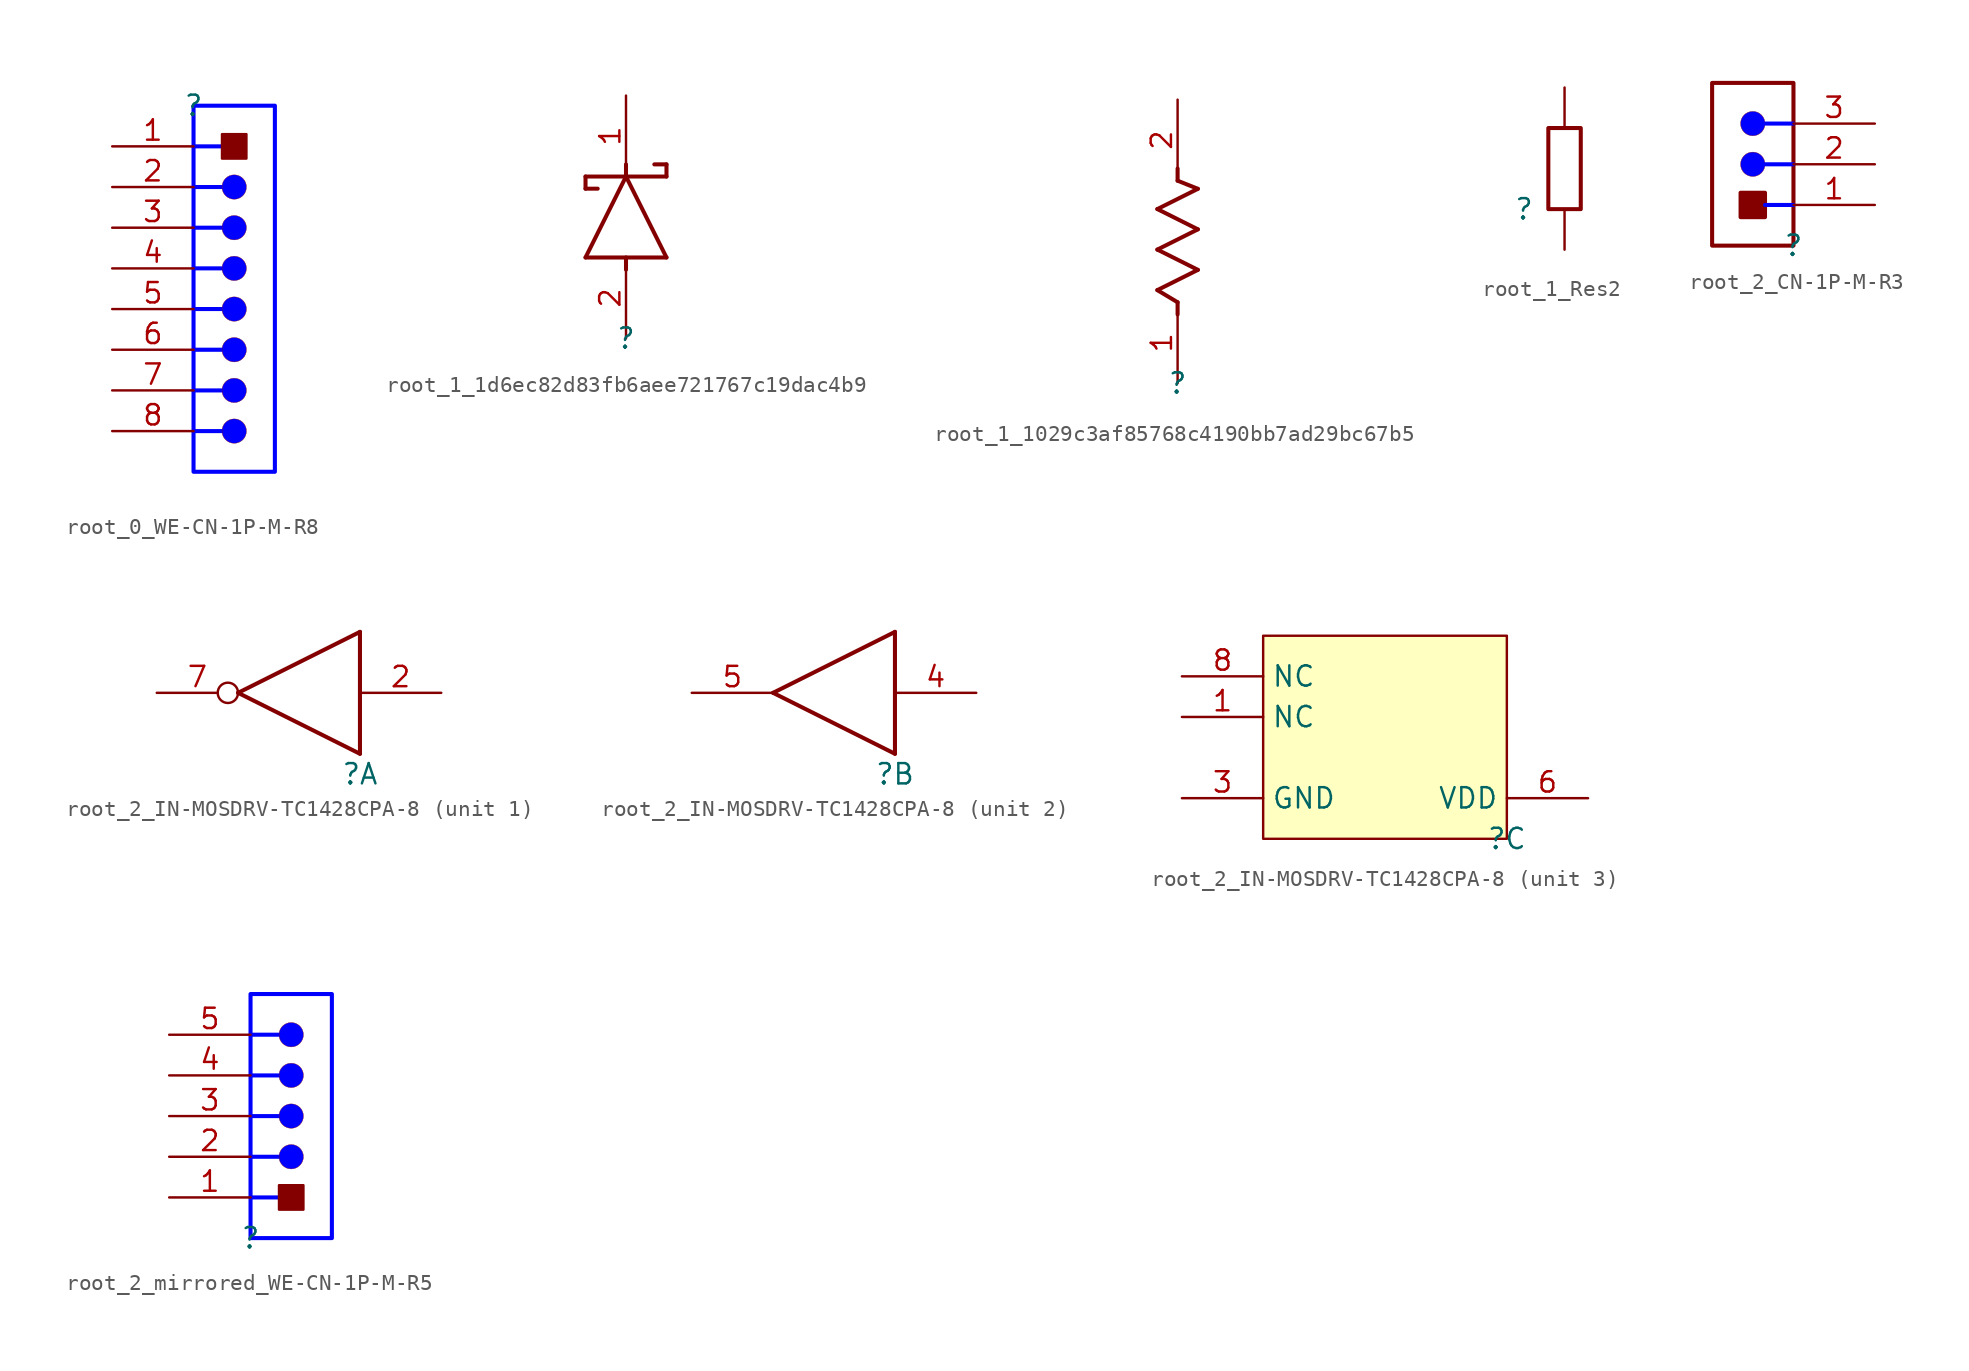
<source format=kicad_sym>
(kicad_symbol_lib
  (version 20220914)
  (generator kicad_symbol_editor)
  (symbol "root_0_WE-CN-1P-M-R8"
    (property "Reference" ""
      (at 0 0 0)
      (effects (font (size 1.27 1.27))))
    (property "Value" ""
      (at 0 0 0)
      (effects (font (size 1.27 1.27))))
    (symbol "root_0_WE-CN-1P-M-R8_1_0"
      (polyline (pts (xy 0 -20.32) (xy 1.778 -20.32)) (stroke (width 0.254) (type solid) (color 0 0 255 1)) (fill (type none)))
      (polyline (pts (xy 0 -17.78) (xy 1.778 -17.78)) (stroke (width 0.254) (type solid) (color 0 0 255 1)) (fill (type none)))
      (polyline (pts (xy 0 -15.24) (xy 1.778 -15.24)) (stroke (width 0.254) (type solid) (color 0 0 255 1)) (fill (type none)))
      (polyline (pts (xy 0 -12.7) (xy 1.778 -12.7)) (stroke (width 0.254) (type solid) (color 0 0 255 1)) (fill (type none)))
      (polyline (pts (xy 0 -10.16) (xy 1.778 -10.16)) (stroke (width 0.254) (type solid) (color 0 0 255 1)) (fill (type none)))
      (polyline (pts (xy 0 -7.62) (xy 1.778 -7.62)) (stroke (width 0.254) (type solid) (color 0 0 255 1)) (fill (type none)))
      (polyline (pts (xy 0 -5.08) (xy 1.778 -5.08)) (stroke (width 0.254) (type solid) (color 0 0 255 1)) (fill (type none)))
      (polyline (pts (xy 0 -2.54) (xy 1.778 -2.54)) (stroke (width 0.254) (type solid) (color 0 0 255 1)) (fill (type none)))
      (polyline (pts (xy 5.08 0) (xy 0 0) (xy 0 -22.86) (xy 5.08 -22.86) (xy 5.08 0)) (stroke (width 0.254) (type solid) (color 0 0 255 1)) (fill (type none)))
      (circle (center 2.54 -20.32) (radius 0.762) (stroke (width 0.0001) (type solid)) (fill (type color) (color 0 0 255 1)))
      (circle (center 2.54 -17.78) (radius 0.762) (stroke (width 0.0001) (type solid)) (fill (type color) (color 0 0 255 1)))
      (circle (center 2.54 -15.24) (radius 0.762) (stroke (width 0.0001) (type solid)) (fill (type color) (color 0 0 255 1)))
      (circle (center 2.54 -12.7) (radius 0.762) (stroke (width 0.0001) (type solid)) (fill (type color) (color 0 0 255 1)))
      (circle (center 2.54 -10.16) (radius 0.762) (stroke (width 0.0001) (type solid)) (fill (type color) (color 0 0 255 1)))
      (circle (center 2.54 -7.62) (radius 0.762) (stroke (width 0.0001) (type solid)) (fill (type color) (color 0 0 255 1)))
      (circle (center 2.54 -5.08) (radius 0.762) (stroke (width 0.0001) (type solid)) (fill (type color) (color 0 0 255 1)))
      (rectangle (start 3.302 -1.778) (end 1.778 -3.302) (stroke (width 0) (type solid)) (fill (type outline)))
      (pin passive line (at -5.08 -2.54 0) (length 5.08) (name "1" (effects (font (size 0 0)))) (number "1" (effects (font (size 1.27 1.27)))))
      (pin passive line (at -5.08 -5.08 0) (length 5.08) (name "2" (effects (font (size 0 0)))) (number "2" (effects (font (size 1.27 1.27)))))
      (pin passive line (at -5.08 -7.62 0) (length 5.08) (name "3" (effects (font (size 0 0)))) (number "3" (effects (font (size 1.27 1.27)))))
      (pin passive line (at -5.08 -10.16 0) (length 5.08) (name "4" (effects (font (size 0 0)))) (number "4" (effects (font (size 1.27 1.27)))))
      (pin passive line (at -5.08 -12.7 0) (length 5.08) (name "5" (effects (font (size 0 0)))) (number "5" (effects (font (size 1.27 1.27)))))
      (pin passive line (at -5.08 -15.24 0) (length 5.08) (name "6" (effects (font (size 0 0)))) (number "6" (effects (font (size 1.27 1.27)))))
      (pin passive line (at -5.08 -17.78 0) (length 5.08) (name "7" (effects (font (size 0 0)))) (number "7" (effects (font (size 1.27 1.27)))))
      (pin passive line (at -5.08 -20.32 0) (length 5.08) (name "8" (effects (font (size 0 0)))) (number "8" (effects (font (size 1.27 1.27)))))))
  (symbol "root_1_1d6ec82d83fb6aee721767c19dac4b9"
    (property "Reference" ""
      (at 0 0 0)
      (effects (font (size 1.27 1.27))))
    (property "Value" ""
      (at 0 0 0)
      (effects (font (size 1.27 1.27))))
    (symbol "root_1_1d6ec82d83fb6aee721767c19dac4b9_1_0"
      (polyline (pts (xy -2.54 5.08) (xy 0 10.16)) (stroke (width 0.254) (type solid)) (fill (type none)))
      (polyline (pts (xy -2.54 5.08) (xy 2.54 5.08)) (stroke (width 0.254) (type solid)) (fill (type none)))
      (polyline (pts (xy -2.54 9.398) (xy -1.778 9.398)) (stroke (width 0.254) (type solid)) (fill (type none)))
      (polyline (pts (xy -2.54 10.16) (xy -2.54 9.398)) (stroke (width 0.254) (type solid)) (fill (type none)))
      (polyline (pts (xy -2.54 10.16) (xy 2.54 10.16)) (stroke (width 0.254) (type solid)) (fill (type none)))
      (polyline (pts (xy 0 5.08) (xy 0 4.318)) (stroke (width 0.254) (type solid)) (fill (type none)))
      (polyline (pts (xy 0 10.16) (xy 0 10.922)) (stroke (width 0.254) (type solid)) (fill (type none)))
      (polyline (pts (xy 2.54 5.08) (xy 0 10.16)) (stroke (width 0.254) (type solid)) (fill (type none)))
      (polyline (pts (xy 2.54 10.16) (xy 2.54 10.922)) (stroke (width 0.254) (type solid)) (fill (type none)))
      (polyline (pts (xy 2.54 10.922) (xy 1.778 10.922)) (stroke (width 0.254) (type solid)) (fill (type none)))
      (pin passive line (at 0 15.24 270) (length 5.08) (name "C" (effects (font (size 0 0)))) (number "1" (effects (font (size 1.27 1.27)))))
      (pin passive line (at 0 0 90) (length 5.08) (name "A" (effects (font (size 0 0)))) (number "2" (effects (font (size 1.27 1.27)))))))
  (symbol "root_1_1029c3af85768c4190bb7ad29bc67b5"
    (property "Reference" ""
      (at 0 0 0)
      (effects (font (size 1.27 1.27))))
    (property "Value" ""
      (at 0 0 0)
      (effects (font (size 1.27 1.27))))
    (symbol "root_1_1029c3af85768c4190bb7ad29bc67b5_1_0"
      (polyline (pts (xy -1.27 5.842) (xy 1.27 7.112)) (stroke (width 0.254) (type solid)) (fill (type none)))
      (polyline (pts (xy -1.27 8.382) (xy 1.27 9.652)) (stroke (width 0.254) (type solid)) (fill (type none)))
      (polyline (pts (xy -1.27 10.922) (xy 1.27 12.192)) (stroke (width 0.254) (type solid)) (fill (type none)))
      (polyline (pts (xy 0 5.08) (xy -1.27 5.842)) (stroke (width 0.254) (type solid)) (fill (type none)))
      (polyline (pts (xy 0 5.08) (xy 0 4.318)) (stroke (width 0.254) (type solid)) (fill (type none)))
      (polyline (pts (xy 0 12.7) (xy 0 13.462)) (stroke (width 0.254) (type solid)) (fill (type none)))
      (polyline (pts (xy 1.27 7.112) (xy -1.27 8.382)) (stroke (width 0.254) (type solid)) (fill (type none)))
      (polyline (pts (xy 1.27 9.652) (xy -1.27 10.922)) (stroke (width 0.254) (type solid)) (fill (type none)))
      (polyline (pts (xy 1.27 12.192) (xy 0 12.7)) (stroke (width 0.254) (type solid)) (fill (type none)))
      (pin passive line (at 0 0 90) (length 5.08) (name "1" (effects (font (size 0 0)))) (number "1" (effects (font (size 1.27 1.27)))))
      (pin passive line (at 0 17.78 270) (length 5.08) (name "2" (effects (font (size 0 0)))) (number "2" (effects (font (size 1.27 1.27)))))))
  (symbol "root_1_Res2"
    (property "Reference" ""
      (at 0 0 0)
      (effects (font (size 1.27 1.27))))
    (property "Value" ""
      (at 0 0 0)
      (effects (font (size 1.27 1.27))))
    (symbol "root_1_Res2_1_0"
      (rectangle (start 3.556 5.08) (end 1.524 0) (stroke (width 0.254) (type solid)) (fill (type none)))
      (pin passive line (at 2.54 -2.54 90) (length 2.54) (name "1" (effects (font (size 0 0)))) (number "1" (effects (font (size 0 0)))))
      (pin passive line (at 2.54 7.62 270) (length 2.54) (name "2" (effects (font (size 0 0)))) (number "2" (effects (font (size 0 0)))))))
  (symbol "root_2_CN-1P-M-R3"
    (property "Reference" ""
      (at 0 0 0)
      (effects (font (size 1.27 1.27))))
    (property "Value" ""
      (at 0 0 0)
      (effects (font (size 1.27 1.27))))
    (symbol "root_2_CN-1P-M-R3_1_0"
      (circle (center -2.54 5.08) (radius 0.762) (stroke (width 0.0001) (type solid)) (fill (type color) (color 0 0 255 1)))
      (circle (center -2.54 7.62) (radius 0.762) (stroke (width 0.0001) (type solid)) (fill (type color) (color 0 0 255 1)))
      (rectangle (start -1.778 3.302) (end -3.302 1.778) (stroke (width 0.254) (type solid)) (fill (type outline)))
      (polyline (pts (xy 0 2.54) (xy -1.778 2.54)) (stroke (width 0.254) (type solid) (color 0 0 255 1)) (fill (type none)))
      (polyline (pts (xy 0 5.08) (xy -1.778 5.08)) (stroke (width 0.254) (type solid) (color 0 0 255 1)) (fill (type none)))
      (polyline (pts (xy 0 7.62) (xy -1.778 7.62)) (stroke (width 0.254) (type solid) (color 0 0 255 1)) (fill (type none)))
      (rectangle (start 0 10.16) (end -5.08 0) (stroke (width 0.254) (type solid)) (fill (type none)))
      (pin passive line (at 5.08 2.54 180) (length 5.08) (name "1" (effects (font (size 0 0)))) (number "1" (effects (font (size 1.27 1.27)))))
      (pin passive line (at 5.08 5.08 180) (length 5.08) (name "2" (effects (font (size 0 0)))) (number "2" (effects (font (size 1.27 1.27)))))
      (pin passive line (at 5.08 7.62 180) (length 5.08) (name "3" (effects (font (size 0 0)))) (number "3" (effects (font (size 1.27 1.27)))))))
  (symbol "root_2_IN-MOSDRV-TC1428CPA-8"
    (property "Reference" ""
      (at 0 0 0)
      (effects (font (size 1.27 1.27))))
    (property "Value" ""
      (at 0 0 0)
      (effects (font (size 1.27 1.27))))
    (symbol "root_2_IN-MOSDRV-TC1428CPA-8_1_0"
      (polyline (pts (xy 0 1.27) (xy -7.62 5.08)) (stroke (width 0.254) (type solid)) (fill (type none)))
      (polyline (pts (xy 0 8.89) (xy -7.62 5.08)) (stroke (width 0.254) (type solid)) (fill (type none)))
      (polyline (pts (xy 0 8.89) (xy 0 1.27)) (stroke (width 0.254) (type solid)) (fill (type none)))
      (pin input line (at 5.08 5.08 180) (length 5.08) (name "INA" (effects (font (size 0 0)))) (number "2" (effects (font (size 1.27 1.27)))))
      (pin output inverted (at -12.7 5.08 0) (length 5.08) (name "~{OUTA}" (effects (font (size 0 0)))) (number "7" (effects (font (size 1.27 1.27))))))
    (symbol "root_2_IN-MOSDRV-TC1428CPA-8_2_0"
      (polyline (pts (xy 0 1.27) (xy -7.62 5.08)) (stroke (width 0.254) (type solid)) (fill (type none)))
      (polyline (pts (xy 0 8.89) (xy -7.62 5.08)) (stroke (width 0.254) (type solid)) (fill (type none)))
      (polyline (pts (xy 0 8.89) (xy 0 1.27)) (stroke (width 0.254) (type solid)) (fill (type none)))
      (pin input line (at 5.08 5.08 180) (length 5.08) (name "INB" (effects (font (size 0 0)))) (number "4" (effects (font (size 1.27 1.27)))))
      (pin output line (at -12.7 5.08 0) (length 5.08) (name "OUTB" (effects (font (size 0 0)))) (number "5" (effects (font (size 1.27 1.27))))))
    (symbol "root_2_IN-MOSDRV-TC1428CPA-8_3_0"
      (rectangle (start 0 12.7) (end -15.24 0) (stroke (width 0) (type solid)) (fill (type background)))
      (pin passive line (at -20.32 7.62 0) (length 5.08) (name "NC" (effects (font (size 1.27 1.27)))) (number "1" (effects (font (size 1.27 1.27)))))
      (pin power_in line (at -20.32 2.54 0) (length 5.08) (name "GND" (effects (font (size 1.27 1.27)))) (number "3" (effects (font (size 1.27 1.27)))))
      (pin power_in line (at 5.08 2.54 180) (length 5.08) (name "VDD" (effects (font (size 1.27 1.27)))) (number "6" (effects (font (size 1.27 1.27)))))
      (pin passive line (at -20.32 10.16 0) (length 5.08) (name "NC" (effects (font (size 1.27 1.27)))) (number "8" (effects (font (size 1.27 1.27)))))))
  (symbol "root_2_mirrored_WE-CN-1P-M-R5"
    (property "Reference" ""
      (at 0 0 0)
      (effects (font (size 1.27 1.27))))
    (property "Value" ""
      (at 0 0 0)
      (effects (font (size 1.27 1.27))))
    (symbol "root_2_mirrored_WE-CN-1P-M-R5_1_0"
      (polyline (pts (xy 0 2.54) (xy 1.778 2.54)) (stroke (width 0.254) (type solid) (color 0 0 255 1)) (fill (type none)))
      (polyline (pts (xy 0 5.08) (xy 1.778 5.08)) (stroke (width 0.254) (type solid) (color 0 0 255 1)) (fill (type none)))
      (polyline (pts (xy 0 7.62) (xy 1.778 7.62)) (stroke (width 0.254) (type solid) (color 0 0 255 1)) (fill (type none)))
      (polyline (pts (xy 0 10.16) (xy 1.778 10.16)) (stroke (width 0.254) (type solid) (color 0 0 255 1)) (fill (type none)))
      (polyline (pts (xy 0 12.7) (xy 1.778 12.7)) (stroke (width 0.254) (type solid) (color 0 0 255 1)) (fill (type none)))
      (polyline (pts (xy 5.08 0) (xy 0 0) (xy 0 15.24) (xy 5.08 15.24) (xy 5.08 0)) (stroke (width 0.254) (type solid) (color 0 0 255 1)) (fill (type none)))
      (circle (center 2.54 5.08) (radius 0.762) (stroke (width 0.0001) (type solid)) (fill (type color) (color 0 0 255 1)))
      (circle (center 2.54 7.62) (radius 0.762) (stroke (width 0.0001) (type solid)) (fill (type color) (color 0 0 255 1)))
      (circle (center 2.54 10.16) (radius 0.762) (stroke (width 0.0001) (type solid)) (fill (type color) (color 0 0 255 1)))
      (circle (center 2.54 12.7) (radius 0.762) (stroke (width 0.0001) (type solid)) (fill (type color) (color 0 0 255 1)))
      (rectangle (start 3.302 3.302) (end 1.778 1.778) (stroke (width 0) (type solid)) (fill (type outline)))
      (pin passive line (at -5.08 2.54 0) (length 5.08) (name "1" (effects (font (size 0 0)))) (number "1" (effects (font (size 1.27 1.27)))))
      (pin passive line (at -5.08 5.08 0) (length 5.08) (name "2" (effects (font (size 0 0)))) (number "2" (effects (font (size 1.27 1.27)))))
      (pin passive line (at -5.08 7.62 0) (length 5.08) (name "3" (effects (font (size 0 0)))) (number "3" (effects (font (size 1.27 1.27)))))
      (pin passive line (at -5.08 10.16 0) (length 5.08) (name "4" (effects (font (size 0 0)))) (number "4" (effects (font (size 1.27 1.27)))))
      (pin passive line (at -5.08 12.7 0) (length 5.08) (name "5" (effects (font (size 0 0)))) (number "5" (effects (font (size 1.27 1.27))))))))
</source>
